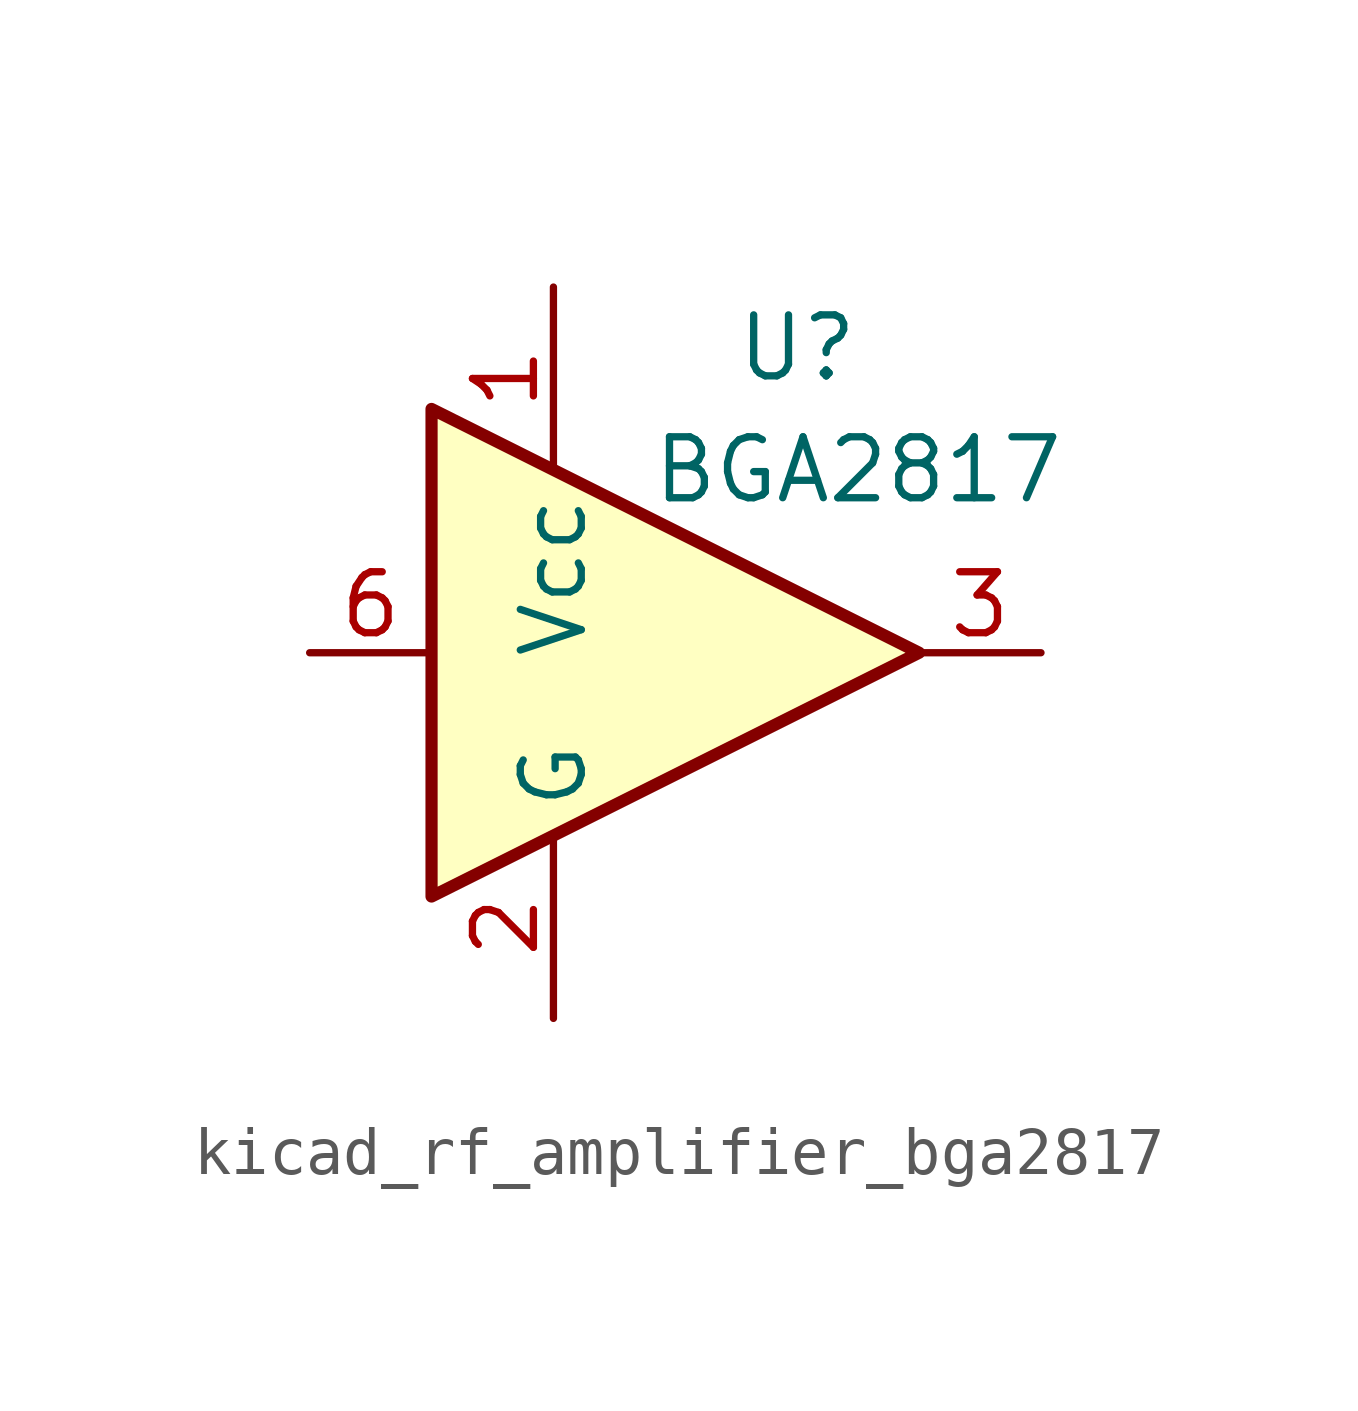
<source format=kicad_sym>
(kicad_symbol_lib
  (version 20220914)
  (generator kicad_symbol_editor)
  (symbol "kicad_rf_amplifier_bga2817"
    (property "Reference" "U"
      (at 2.54 6.35 0)
      (effects (font (size 1.27 1.27))))
    (property "Value" "BGA2817"
      (at 3.81 3.81 0)
      (effects (font (size 1.27 1.27))))
    (symbol "kicad_rf_amplifier_bga2817_0_1"
      (polyline (pts (xy 5.08 0) (xy -5.08 5.08) (xy -5.08 -5.08) (xy 5.08 0)) (stroke (width 0.254) (type default)) (fill (type background))))
    (symbol "kicad_rf_amplifier_bga2817_1_1"
      (pin power_in line (at -2.54 7.62 270) (length 3.81) (name "Vcc" (effects (font (size 1.27 1.27)))) (number "1" (effects (font (size 1.27 1.27)))))
      (pin power_in line (at -2.54 -7.62 90) (length 3.81) (name "G" (effects (font (size 1.27 1.27)))) (number "2" (effects (font (size 1.27 1.27)))))
      (pin output line (at 7.62 0 180) (length 2.54) (name "~" (effects (font (size 1.27 1.27)))) (number "3" (effects (font (size 1.27 1.27)))))
      (pin passive line (at -2.54 -7.62 90) (length 3.81) hide (name "G" (effects (font (size 1.27 1.27)))) (number "4" (effects (font (size 1.27 1.27)))))
      (pin passive line (at -2.54 -7.62 90) (length 3.81) hide (name "G" (effects (font (size 1.27 1.27)))) (number "5" (effects (font (size 1.27 1.27)))))
      (pin input line (at -7.62 0 0) (length 2.54) (name "~" (effects (font (size 1.27 1.27)))) (number "6" (effects (font (size 1.27 1.27))))))))
</source>
